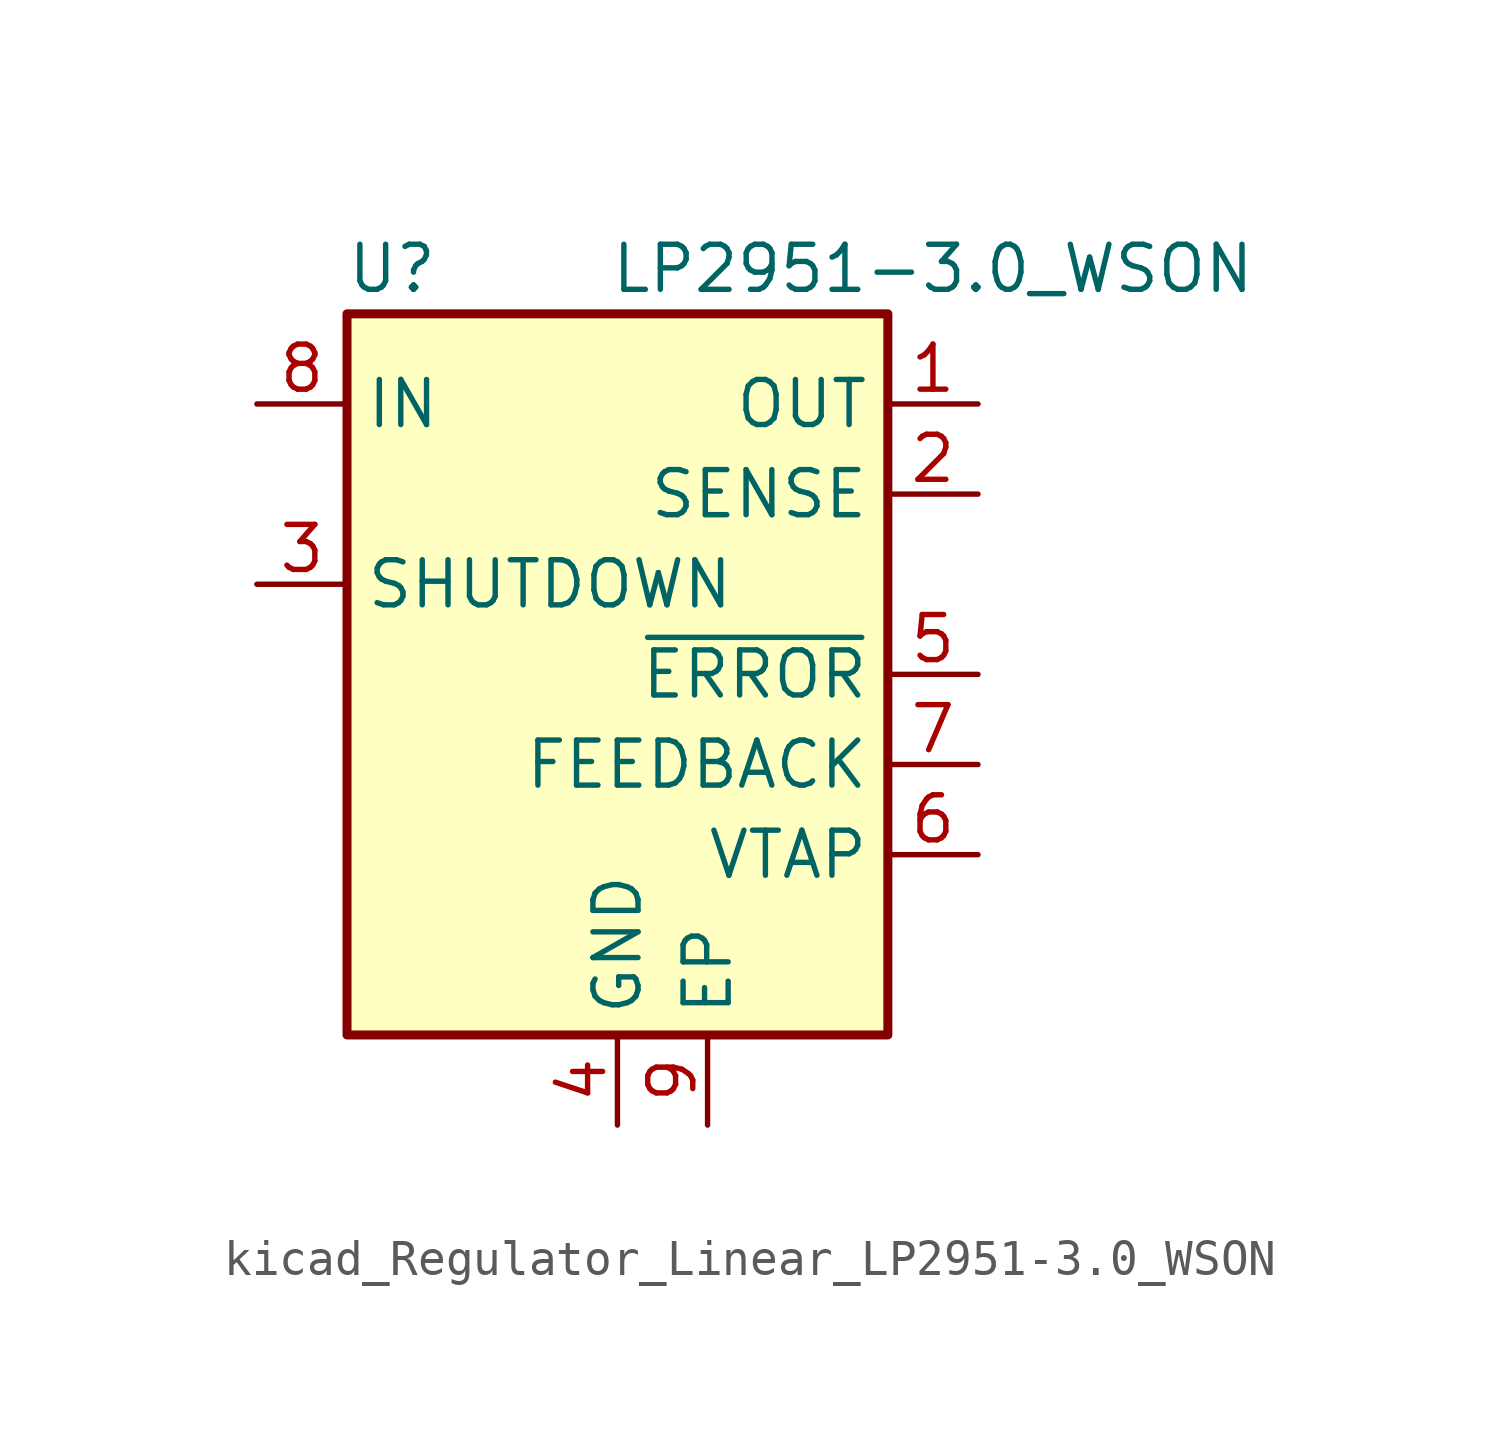
<source format=kicad_sym>
(kicad_symbol_lib
  (version 20220914)
  (generator kicad_symbol_editor)
  (symbol "kicad_Regulator_Linear_LP2951-3.0_WSON"
    (property "Reference" "U"
      (at -6.35 11.43 0)
      (effects (font (size 1.27 1.27))))
    (property "Value" "LP2951-3.0_WSON"
      (at 8.89 11.43 0)
      (effects (font (size 1.27 1.27))))
    (symbol "kicad_Regulator_Linear_LP2951-3.0_WSON_0_1"
      (rectangle (start -7.62 10.16) (end 7.62 -10.16) (stroke (width 0.254) (type default)) (fill (type background))))
    (symbol "kicad_Regulator_Linear_LP2951-3.0_WSON_1_1"
      (pin power_out line (at 10.16 7.62 180) (length 2.54) (name "OUT" (effects (font (size 1.27 1.27)))) (number "1" (effects (font (size 1.27 1.27)))))
      (pin passive line (at 10.16 5.08 180) (length 2.54) (name "SENSE" (effects (font (size 1.27 1.27)))) (number "2" (effects (font (size 1.27 1.27)))))
      (pin input line (at -10.16 2.54 0) (length 2.54) (name "SHUTDOWN" (effects (font (size 1.27 1.27)))) (number "3" (effects (font (size 1.27 1.27)))))
      (pin power_in line (at 0 -12.7 90) (length 2.54) (name "GND" (effects (font (size 1.27 1.27)))) (number "4" (effects (font (size 1.27 1.27)))))
      (pin open_collector line (at 10.16 0 180) (length 2.54) (name "~{ERROR}" (effects (font (size 1.27 1.27)))) (number "5" (effects (font (size 1.27 1.27)))))
      (pin input line (at 10.16 -5.08 180) (length 2.54) (name "VTAP" (effects (font (size 1.27 1.27)))) (number "6" (effects (font (size 1.27 1.27)))))
      (pin input line (at 10.16 -2.54 180) (length 2.54) (name "FEEDBACK" (effects (font (size 1.27 1.27)))) (number "7" (effects (font (size 1.27 1.27)))))
      (pin power_in line (at -10.16 7.62 0) (length 2.54) (name "IN" (effects (font (size 1.27 1.27)))) (number "8" (effects (font (size 1.27 1.27)))))
      (pin passive line (at 2.54 -12.7 90) (length 2.54) (name "EP" (effects (font (size 1.27 1.27)))) (number "9" (effects (font (size 1.27 1.27))))))))
</source>
